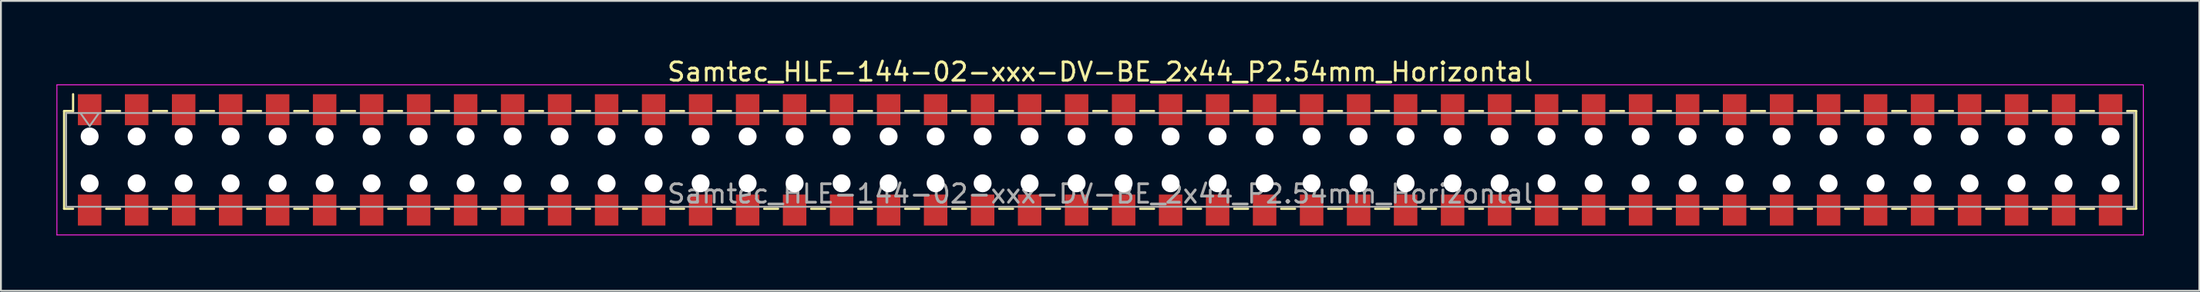
<source format=kicad_pcb>
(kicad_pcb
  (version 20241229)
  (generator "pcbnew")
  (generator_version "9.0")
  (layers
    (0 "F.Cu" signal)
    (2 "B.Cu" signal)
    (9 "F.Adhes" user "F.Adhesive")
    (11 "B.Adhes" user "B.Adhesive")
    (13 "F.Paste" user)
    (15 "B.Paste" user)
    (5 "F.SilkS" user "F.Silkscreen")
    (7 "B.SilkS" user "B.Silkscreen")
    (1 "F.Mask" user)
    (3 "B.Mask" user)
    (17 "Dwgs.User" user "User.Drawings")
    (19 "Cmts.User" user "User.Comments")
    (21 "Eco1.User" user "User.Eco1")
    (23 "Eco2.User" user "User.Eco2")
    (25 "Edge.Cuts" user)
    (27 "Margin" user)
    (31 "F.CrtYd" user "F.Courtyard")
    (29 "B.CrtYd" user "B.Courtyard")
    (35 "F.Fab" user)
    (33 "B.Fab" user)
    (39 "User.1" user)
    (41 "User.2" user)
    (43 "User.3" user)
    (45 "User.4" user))
  (footprint "Samtec_HLE-144-02-xxx-DV-BE_2x44_P2.54mm_Horizontal"
    (layer "F.Cu")
    (at 56.405 5.618)
    (property "Reference" "Samtec_HLE-144-02-xxx-DV-BE_2x44_P2.54mm_Horizontal" (at 0 -4.77 0) (layer "F.SilkS") (effects (font (size 1 1) (thickness 0.15))))
    (attr smd)
    (fp_line (start -55.99 -2.65) (end -55.99 2.65) (stroke (width 0.12) (type solid)) (layer "F.SilkS"))
    (fp_line (start -55.99 2.65) (end -55.505 2.65) (stroke (width 0.12) (type solid)) (layer "F.SilkS"))
    (fp_line (start -55.505 -3.56) (end -55.505 -2.65) (stroke (width 0.12) (type solid)) (layer "F.SilkS"))
    (fp_line (start -55.505 -2.65) (end -55.99 -2.65) (stroke (width 0.12) (type solid)) (layer "F.SilkS"))
    (fp_line (start -53.715 -2.65) (end -52.965 -2.65) (stroke (width 0.12) (type solid)) (layer "F.SilkS"))
    (fp_line (start -53.715 2.65) (end -52.965 2.65) (stroke (width 0.12) (type solid)) (layer "F.SilkS"))
    (fp_line (start -51.175 -2.65) (end -50.425 -2.65) (stroke (width 0.12) (type solid)) (layer "F.SilkS"))
    (fp_line (start -51.175 2.65) (end -50.425 2.65) (stroke (width 0.12) (type solid)) (layer "F.SilkS"))
    (fp_line (start -48.635 -2.65) (end -47.885 -2.65) (stroke (width 0.12) (type solid)) (layer "F.SilkS"))
    (fp_line (start -48.635 2.65) (end -47.885 2.65) (stroke (width 0.12) (type solid)) (layer "F.SilkS"))
    (fp_line (start -46.095 -2.65) (end -45.345 -2.65) (stroke (width 0.12) (type solid)) (layer "F.SilkS"))
    (fp_line (start -46.095 2.65) (end -45.345 2.65) (stroke (width 0.12) (type solid)) (layer "F.SilkS"))
    (fp_line (start -43.555 -2.65) (end -42.805 -2.65) (stroke (width 0.12) (type solid)) (layer "F.SilkS"))
    (fp_line (start -43.555 2.65) (end -42.805 2.65) (stroke (width 0.12) (type solid)) (layer "F.SilkS"))
    (fp_line (start -41.015 -2.65) (end -40.265 -2.65) (stroke (width 0.12) (type solid)) (layer "F.SilkS"))
    (fp_line (start -41.015 2.65) (end -40.265 2.65) (stroke (width 0.12) (type solid)) (layer "F.SilkS"))
    (fp_line (start -38.475 -2.65) (end -37.725 -2.65) (stroke (width 0.12) (type solid)) (layer "F.SilkS"))
    (fp_line (start -38.475 2.65) (end -37.725 2.65) (stroke (width 0.12) (type solid)) (layer "F.SilkS"))
    (fp_line (start -35.935 -2.65) (end -35.185 -2.65) (stroke (width 0.12) (type solid)) (layer "F.SilkS"))
    (fp_line (start -35.935 2.65) (end -35.185 2.65) (stroke (width 0.12) (type solid)) (layer "F.SilkS"))
    (fp_line (start -33.395 -2.65) (end -32.645 -2.65) (stroke (width 0.12) (type solid)) (layer "F.SilkS"))
    (fp_line (start -33.395 2.65) (end -32.645 2.65) (stroke (width 0.12) (type solid)) (layer "F.SilkS"))
    (fp_line (start -30.855 -2.65) (end -30.105 -2.65) (stroke (width 0.12) (type solid)) (layer "F.SilkS"))
    (fp_line (start -30.855 2.65) (end -30.105 2.65) (stroke (width 0.12) (type solid)) (layer "F.SilkS"))
    (fp_line (start -28.315 -2.65) (end -27.565 -2.65) (stroke (width 0.12) (type solid)) (layer "F.SilkS"))
    (fp_line (start -28.315 2.65) (end -27.565 2.65) (stroke (width 0.12) (type solid)) (layer "F.SilkS"))
    (fp_line (start -25.775 -2.65) (end -25.025 -2.65) (stroke (width 0.12) (type solid)) (layer "F.SilkS"))
    (fp_line (start -25.775 2.65) (end -25.025 2.65) (stroke (width 0.12) (type solid)) (layer "F.SilkS"))
    (fp_line (start -23.235 -2.65) (end -22.485 -2.65) (stroke (width 0.12) (type solid)) (layer "F.SilkS"))
    (fp_line (start -23.235 2.65) (end -22.485 2.65) (stroke (width 0.12) (type solid)) (layer "F.SilkS"))
    (fp_line (start -20.695 -2.65) (end -19.945 -2.65) (stroke (width 0.12) (type solid)) (layer "F.SilkS"))
    (fp_line (start -20.695 2.65) (end -19.945 2.65) (stroke (width 0.12) (type solid)) (layer "F.SilkS"))
    (fp_line (start -18.155 -2.65) (end -17.405 -2.65) (stroke (width 0.12) (type solid)) (layer "F.SilkS"))
    (fp_line (start -18.155 2.65) (end -17.405 2.65) (stroke (width 0.12) (type solid)) (layer "F.SilkS"))
    (fp_line (start -15.615 -2.65) (end -14.865 -2.65) (stroke (width 0.12) (type solid)) (layer "F.SilkS"))
    (fp_line (start -15.615 2.65) (end -14.865 2.65) (stroke (width 0.12) (type solid)) (layer "F.SilkS"))
    (fp_line (start -13.075 -2.65) (end -12.325 -2.65) (stroke (width 0.12) (type solid)) (layer "F.SilkS"))
    (fp_line (start -13.075 2.65) (end -12.325 2.65) (stroke (width 0.12) (type solid)) (layer "F.SilkS"))
    (fp_line (start -10.535 -2.65) (end -9.785 -2.65) (stroke (width 0.12) (type solid)) (layer "F.SilkS"))
    (fp_line (start -10.535 2.65) (end -9.785 2.65) (stroke (width 0.12) (type solid)) (layer "F.SilkS"))
    (fp_line (start -7.995 -2.65) (end -7.245 -2.65) (stroke (width 0.12) (type solid)) (layer "F.SilkS"))
    (fp_line (start -7.995 2.65) (end -7.245 2.65) (stroke (width 0.12) (type solid)) (layer "F.SilkS"))
    (fp_line (start -5.455 -2.65) (end -4.705 -2.65) (stroke (width 0.12) (type solid)) (layer "F.SilkS"))
    (fp_line (start -5.455 2.65) (end -4.705 2.65) (stroke (width 0.12) (type solid)) (layer "F.SilkS"))
    (fp_line (start -2.915 -2.65) (end -2.165 -2.65) (stroke (width 0.12) (type solid)) (layer "F.SilkS"))
    (fp_line (start -2.915 2.65) (end -2.165 2.65) (stroke (width 0.12) (type solid)) (layer "F.SilkS"))
    (fp_line (start -0.375 -2.65) (end 0.375 -2.65) (stroke (width 0.12) (type solid)) (layer "F.SilkS"))
    (fp_line (start -0.375 2.65) (end 0.375 2.65) (stroke (width 0.12) (type solid)) (layer "F.SilkS"))
    (fp_line (start 2.165 -2.65) (end 2.915 -2.65) (stroke (width 0.12) (type solid)) (layer "F.SilkS"))
    (fp_line (start 2.165 2.65) (end 2.915 2.65) (stroke (width 0.12) (type solid)) (layer "F.SilkS"))
    (fp_line (start 4.705 -2.65) (end 5.455 -2.65) (stroke (width 0.12) (type solid)) (layer "F.SilkS"))
    (fp_line (start 4.705 2.65) (end 5.455 2.65) (stroke (width 0.12) (type solid)) (layer "F.SilkS"))
    (fp_line (start 7.245 -2.65) (end 7.995 -2.65) (stroke (width 0.12) (type solid)) (layer "F.SilkS"))
    (fp_line (start 7.245 2.65) (end 7.995 2.65) (stroke (width 0.12) (type solid)) (layer "F.SilkS"))
    (fp_line (start 9.785 -2.65) (end 10.535 -2.65) (stroke (width 0.12) (type solid)) (layer "F.SilkS"))
    (fp_line (start 9.785 2.65) (end 10.535 2.65) (stroke (width 0.12) (type solid)) (layer "F.SilkS"))
    (fp_line (start 12.325 -2.65) (end 13.075 -2.65) (stroke (width 0.12) (type solid)) (layer "F.SilkS"))
    (fp_line (start 12.325 2.65) (end 13.075 2.65) (stroke (width 0.12) (type solid)) (layer "F.SilkS"))
    (fp_line (start 14.865 -2.65) (end 15.615 -2.65) (stroke (width 0.12) (type solid)) (layer "F.SilkS"))
    (fp_line (start 14.865 2.65) (end 15.615 2.65) (stroke (width 0.12) (type solid)) (layer "F.SilkS"))
    (fp_line (start 17.405 -2.65) (end 18.155 -2.65) (stroke (width 0.12) (type solid)) (layer "F.SilkS"))
    (fp_line (start 17.405 2.65) (end 18.155 2.65) (stroke (width 0.12) (type solid)) (layer "F.SilkS"))
    (fp_line (start 19.945 -2.65) (end 20.695 -2.65) (stroke (width 0.12) (type solid)) (layer "F.SilkS"))
    (fp_line (start 19.945 2.65) (end 20.695 2.65) (stroke (width 0.12) (type solid)) (layer "F.SilkS"))
    (fp_line (start 22.485 -2.65) (end 23.235 -2.65) (stroke (width 0.12) (type solid)) (layer "F.SilkS"))
    (fp_line (start 22.485 2.65) (end 23.235 2.65) (stroke (width 0.12) (type solid)) (layer "F.SilkS"))
    (fp_line (start 25.025 -2.65) (end 25.775 -2.65) (stroke (width 0.12) (type solid)) (layer "F.SilkS"))
    (fp_line (start 25.025 2.65) (end 25.775 2.65) (stroke (width 0.12) (type solid)) (layer "F.SilkS"))
    (fp_line (start 27.565 -2.65) (end 28.315 -2.65) (stroke (width 0.12) (type solid)) (layer "F.SilkS"))
    (fp_line (start 27.565 2.65) (end 28.315 2.65) (stroke (width 0.12) (type solid)) (layer "F.SilkS"))
    (fp_line (start 30.105 -2.65) (end 30.855 -2.65) (stroke (width 0.12) (type solid)) (layer "F.SilkS"))
    (fp_line (start 30.105 2.65) (end 30.855 2.65) (stroke (width 0.12) (type solid)) (layer "F.SilkS"))
    (fp_line (start 32.645 -2.65) (end 33.395 -2.65) (stroke (width 0.12) (type solid)) (layer "F.SilkS"))
    (fp_line (start 32.645 2.65) (end 33.395 2.65) (stroke (width 0.12) (type solid)) (layer "F.SilkS"))
    (fp_line (start 35.185 -2.65) (end 35.935 -2.65) (stroke (width 0.12) (type solid)) (layer "F.SilkS"))
    (fp_line (start 35.185 2.65) (end 35.935 2.65) (stroke (width 0.12) (type solid)) (layer "F.SilkS"))
    (fp_line (start 37.725 -2.65) (end 38.475 -2.65) (stroke (width 0.12) (type solid)) (layer "F.SilkS"))
    (fp_line (start 37.725 2.65) (end 38.475 2.65) (stroke (width 0.12) (type solid)) (layer "F.SilkS"))
    (fp_line (start 40.265 -2.65) (end 41.015 -2.65) (stroke (width 0.12) (type solid)) (layer "F.SilkS"))
    (fp_line (start 40.265 2.65) (end 41.015 2.65) (stroke (width 0.12) (type solid)) (layer "F.SilkS"))
    (fp_line (start 42.805 -2.65) (end 43.555 -2.65) (stroke (width 0.12) (type solid)) (layer "F.SilkS"))
    (fp_line (start 42.805 2.65) (end 43.555 2.65) (stroke (width 0.12) (type solid)) (layer "F.SilkS"))
    (fp_line (start 45.345 -2.65) (end 46.095 -2.65) (stroke (width 0.12) (type solid)) (layer "F.SilkS"))
    (fp_line (start 45.345 2.65) (end 46.095 2.65) (stroke (width 0.12) (type solid)) (layer "F.SilkS"))
    (fp_line (start 47.885 -2.65) (end 48.635 -2.65) (stroke (width 0.12) (type solid)) (layer "F.SilkS"))
    (fp_line (start 47.885 2.65) (end 48.635 2.65) (stroke (width 0.12) (type solid)) (layer "F.SilkS"))
    (fp_line (start 50.425 -2.65) (end 51.175 -2.65) (stroke (width 0.12) (type solid)) (layer "F.SilkS"))
    (fp_line (start 50.425 2.65) (end 51.175 2.65) (stroke (width 0.12) (type solid)) (layer "F.SilkS"))
    (fp_line (start 52.965 -2.65) (end 53.715 -2.65) (stroke (width 0.12) (type solid)) (layer "F.SilkS"))
    (fp_line (start 52.965 2.65) (end 53.715 2.65) (stroke (width 0.12) (type solid)) (layer "F.SilkS"))
    (fp_line (start 55.505 -2.65) (end 55.99 -2.65) (stroke (width 0.12) (type solid)) (layer "F.SilkS"))
    (fp_line (start 55.99 -2.65) (end 55.99 2.65) (stroke (width 0.12) (type solid)) (layer "F.SilkS"))
    (fp_line (start 55.99 2.65) (end 55.505 2.65) (stroke (width 0.12) (type solid)) (layer "F.SilkS"))
    (fp_line (start -56.38 -4.07) (end 56.38 -4.07) (stroke (width 0.05) (type solid)) (layer "F.CrtYd"))
    (fp_line (start -56.38 4.07) (end -56.38 -4.07) (stroke (width 0.05) (type solid)) (layer "F.CrtYd"))
    (fp_line (start 56.38 -4.07) (end 56.38 4.07) (stroke (width 0.05) (type solid)) (layer "F.CrtYd"))
    (fp_line (start 56.38 4.07) (end -56.38 4.07) (stroke (width 0.05) (type solid)) (layer "F.CrtYd"))
    (fp_line (start -55.88 -2.54) (end 55.88 -2.54) (stroke (width 0.1) (type solid)) (layer "F.Fab"))
    (fp_line (start -55.88 2.54) (end -55.88 -2.54) (stroke (width 0.1) (type solid)) (layer "F.Fab"))
    (fp_line (start -55.11 -2.54) (end -54.61 -1.833) (stroke (width 0.1) (type solid)) (layer "F.Fab"))
    (fp_line (start -54.61 -1.833) (end -54.11 -2.54) (stroke (width 0.1) (type solid)) (layer "F.Fab"))
    (fp_line (start 55.88 -2.54) (end 55.88 2.54) (stroke (width 0.1) (type solid)) (layer "F.Fab"))
    (fp_line (start 55.88 2.54) (end -55.88 2.54) (stroke (width 0.1) (type solid)) (layer "F.Fab"))
    (fp_text user "${REFERENCE}" (at 0 1.84 0) (layer "F.Fab") (effects (font (size 1 1) (thickness 0.15))))
    (pad "" np_thru_hole circle (at -54.61 -1.27) (size 0.97 0.97) (drill 0.97) (layers "*.Cu" "*.Mask"))
    (pad "" np_thru_hole circle (at -54.61 1.27) (size 0.97 0.97) (drill 0.97) (layers "*.Cu" "*.Mask"))
    (pad "" np_thru_hole circle (at -52.07 -1.27) (size 0.97 0.97) (drill 0.97) (layers "*.Cu" "*.Mask"))
    (pad "" np_thru_hole circle (at -52.07 1.27) (size 0.97 0.97) (drill 0.97) (layers "*.Cu" "*.Mask"))
    (pad "" np_thru_hole circle (at -49.53 -1.27) (size 0.97 0.97) (drill 0.97) (layers "*.Cu" "*.Mask"))
    (pad "" np_thru_hole circle (at -49.53 1.27) (size 0.97 0.97) (drill 0.97) (layers "*.Cu" "*.Mask"))
    (pad "" np_thru_hole circle (at -46.99 -1.27) (size 0.97 0.97) (drill 0.97) (layers "*.Cu" "*.Mask"))
    (pad "" np_thru_hole circle (at -46.99 1.27) (size 0.97 0.97) (drill 0.97) (layers "*.Cu" "*.Mask"))
    (pad "" np_thru_hole circle (at -44.45 -1.27) (size 0.97 0.97) (drill 0.97) (layers "*.Cu" "*.Mask"))
    (pad "" np_thru_hole circle (at -44.45 1.27) (size 0.97 0.97) (drill 0.97) (layers "*.Cu" "*.Mask"))
    (pad "" np_thru_hole circle (at -41.91 -1.27) (size 0.97 0.97) (drill 0.97) (layers "*.Cu" "*.Mask"))
    (pad "" np_thru_hole circle (at -41.91 1.27) (size 0.97 0.97) (drill 0.97) (layers "*.Cu" "*.Mask"))
    (pad "" np_thru_hole circle (at -39.37 -1.27) (size 0.97 0.97) (drill 0.97) (layers "*.Cu" "*.Mask"))
    (pad "" np_thru_hole circle (at -39.37 1.27) (size 0.97 0.97) (drill 0.97) (layers "*.Cu" "*.Mask"))
    (pad "" np_thru_hole circle (at -36.83 -1.27) (size 0.97 0.97) (drill 0.97) (layers "*.Cu" "*.Mask"))
    (pad "" np_thru_hole circle (at -36.83 1.27) (size 0.97 0.97) (drill 0.97) (layers "*.Cu" "*.Mask"))
    (pad "" np_thru_hole circle (at -34.29 -1.27) (size 0.97 0.97) (drill 0.97) (layers "*.Cu" "*.Mask"))
    (pad "" np_thru_hole circle (at -34.29 1.27) (size 0.97 0.97) (drill 0.97) (layers "*.Cu" "*.Mask"))
    (pad "" np_thru_hole circle (at -31.75 -1.27) (size 0.97 0.97) (drill 0.97) (layers "*.Cu" "*.Mask"))
    (pad "" np_thru_hole circle (at -31.75 1.27) (size 0.97 0.97) (drill 0.97) (layers "*.Cu" "*.Mask"))
    (pad "" np_thru_hole circle (at -29.21 -1.27) (size 0.97 0.97) (drill 0.97) (layers "*.Cu" "*.Mask"))
    (pad "" np_thru_hole circle (at -29.21 1.27) (size 0.97 0.97) (drill 0.97) (layers "*.Cu" "*.Mask"))
    (pad "" np_thru_hole circle (at -26.67 -1.27) (size 0.97 0.97) (drill 0.97) (layers "*.Cu" "*.Mask"))
    (pad "" np_thru_hole circle (at -26.67 1.27) (size 0.97 0.97) (drill 0.97) (layers "*.Cu" "*.Mask"))
    (pad "" np_thru_hole circle (at -24.13 -1.27) (size 0.97 0.97) (drill 0.97) (layers "*.Cu" "*.Mask"))
    (pad "" np_thru_hole circle (at -24.13 1.27) (size 0.97 0.97) (drill 0.97) (layers "*.Cu" "*.Mask"))
    (pad "" np_thru_hole circle (at -21.59 -1.27) (size 0.97 0.97) (drill 0.97) (layers "*.Cu" "*.Mask"))
    (pad "" np_thru_hole circle (at -21.59 1.27) (size 0.97 0.97) (drill 0.97) (layers "*.Cu" "*.Mask"))
    (pad "" np_thru_hole circle (at -19.05 -1.27) (size 0.97 0.97) (drill 0.97) (layers "*.Cu" "*.Mask"))
    (pad "" np_thru_hole circle (at -19.05 1.27) (size 0.97 0.97) (drill 0.97) (layers "*.Cu" "*.Mask"))
    (pad "" np_thru_hole circle (at -16.51 -1.27) (size 0.97 0.97) (drill 0.97) (layers "*.Cu" "*.Mask"))
    (pad "" np_thru_hole circle (at -16.51 1.27) (size 0.97 0.97) (drill 0.97) (layers "*.Cu" "*.Mask"))
    (pad "" np_thru_hole circle (at -13.97 -1.27) (size 0.97 0.97) (drill 0.97) (layers "*.Cu" "*.Mask"))
    (pad "" np_thru_hole circle (at -13.97 1.27) (size 0.97 0.97) (drill 0.97) (layers "*.Cu" "*.Mask"))
    (pad "" np_thru_hole circle (at -11.43 -1.27) (size 0.97 0.97) (drill 0.97) (layers "*.Cu" "*.Mask"))
    (pad "" np_thru_hole circle (at -11.43 1.27) (size 0.97 0.97) (drill 0.97) (layers "*.Cu" "*.Mask"))
    (pad "" np_thru_hole circle (at -8.89 -1.27) (size 0.97 0.97) (drill 0.97) (layers "*.Cu" "*.Mask"))
    (pad "" np_thru_hole circle (at -8.89 1.27) (size 0.97 0.97) (drill 0.97) (layers "*.Cu" "*.Mask"))
    (pad "" np_thru_hole circle (at -6.35 -1.27) (size 0.97 0.97) (drill 0.97) (layers "*.Cu" "*.Mask"))
    (pad "" np_thru_hole circle (at -6.35 1.27) (size 0.97 0.97) (drill 0.97) (layers "*.Cu" "*.Mask"))
    (pad "" np_thru_hole circle (at -3.81 -1.27) (size 0.97 0.97) (drill 0.97) (layers "*.Cu" "*.Mask"))
    (pad "" np_thru_hole circle (at -3.81 1.27) (size 0.97 0.97) (drill 0.97) (layers "*.Cu" "*.Mask"))
    (pad "" np_thru_hole circle (at -1.27 -1.27) (size 0.97 0.97) (drill 0.97) (layers "*.Cu" "*.Mask"))
    (pad "" np_thru_hole circle (at -1.27 1.27) (size 0.97 0.97) (drill 0.97) (layers "*.Cu" "*.Mask"))
    (pad "" np_thru_hole circle (at 1.27 -1.27) (size 0.97 0.97) (drill 0.97) (layers "*.Cu" "*.Mask"))
    (pad "" np_thru_hole circle (at 1.27 1.27) (size 0.97 0.97) (drill 0.97) (layers "*.Cu" "*.Mask"))
    (pad "" np_thru_hole circle (at 3.81 -1.27) (size 0.97 0.97) (drill 0.97) (layers "*.Cu" "*.Mask"))
    (pad "" np_thru_hole circle (at 3.81 1.27) (size 0.97 0.97) (drill 0.97) (layers "*.Cu" "*.Mask"))
    (pad "" np_thru_hole circle (at 6.35 -1.27) (size 0.97 0.97) (drill 0.97) (layers "*.Cu" "*.Mask"))
    (pad "" np_thru_hole circle (at 6.35 1.27) (size 0.97 0.97) (drill 0.97) (layers "*.Cu" "*.Mask"))
    (pad "" np_thru_hole circle (at 8.89 -1.27) (size 0.97 0.97) (drill 0.97) (layers "*.Cu" "*.Mask"))
    (pad "" np_thru_hole circle (at 8.89 1.27) (size 0.97 0.97) (drill 0.97) (layers "*.Cu" "*.Mask"))
    (pad "" np_thru_hole circle (at 11.43 -1.27) (size 0.97 0.97) (drill 0.97) (layers "*.Cu" "*.Mask"))
    (pad "" np_thru_hole circle (at 11.43 1.27) (size 0.97 0.97) (drill 0.97) (layers "*.Cu" "*.Mask"))
    (pad "" np_thru_hole circle (at 13.97 -1.27) (size 0.97 0.97) (drill 0.97) (layers "*.Cu" "*.Mask"))
    (pad "" np_thru_hole circle (at 13.97 1.27) (size 0.97 0.97) (drill 0.97) (layers "*.Cu" "*.Mask"))
    (pad "" np_thru_hole circle (at 16.51 -1.27) (size 0.97 0.97) (drill 0.97) (layers "*.Cu" "*.Mask"))
    (pad "" np_thru_hole circle (at 16.51 1.27) (size 0.97 0.97) (drill 0.97) (layers "*.Cu" "*.Mask"))
    (pad "" np_thru_hole circle (at 19.05 -1.27) (size 0.97 0.97) (drill 0.97) (layers "*.Cu" "*.Mask"))
    (pad "" np_thru_hole circle (at 19.05 1.27) (size 0.97 0.97) (drill 0.97) (layers "*.Cu" "*.Mask"))
    (pad "" np_thru_hole circle (at 21.59 -1.27) (size 0.97 0.97) (drill 0.97) (layers "*.Cu" "*.Mask"))
    (pad "" np_thru_hole circle (at 21.59 1.27) (size 0.97 0.97) (drill 0.97) (layers "*.Cu" "*.Mask"))
    (pad "" np_thru_hole circle (at 24.13 -1.27) (size 0.97 0.97) (drill 0.97) (layers "*.Cu" "*.Mask"))
    (pad "" np_thru_hole circle (at 24.13 1.27) (size 0.97 0.97) (drill 0.97) (layers "*.Cu" "*.Mask"))
    (pad "" np_thru_hole circle (at 26.67 -1.27) (size 0.97 0.97) (drill 0.97) (layers "*.Cu" "*.Mask"))
    (pad "" np_thru_hole circle (at 26.67 1.27) (size 0.97 0.97) (drill 0.97) (layers "*.Cu" "*.Mask"))
    (pad "" np_thru_hole circle (at 29.21 -1.27) (size 0.97 0.97) (drill 0.97) (layers "*.Cu" "*.Mask"))
    (pad "" np_thru_hole circle (at 29.21 1.27) (size 0.97 0.97) (drill 0.97) (layers "*.Cu" "*.Mask"))
    (pad "" np_thru_hole circle (at 31.75 -1.27) (size 0.97 0.97) (drill 0.97) (layers "*.Cu" "*.Mask"))
    (pad "" np_thru_hole circle (at 31.75 1.27) (size 0.97 0.97) (drill 0.97) (layers "*.Cu" "*.Mask"))
    (pad "" np_thru_hole circle (at 34.29 -1.27) (size 0.97 0.97) (drill 0.97) (layers "*.Cu" "*.Mask"))
    (pad "" np_thru_hole circle (at 34.29 1.27) (size 0.97 0.97) (drill 0.97) (layers "*.Cu" "*.Mask"))
    (pad "" np_thru_hole circle (at 36.83 -1.27) (size 0.97 0.97) (drill 0.97) (layers "*.Cu" "*.Mask"))
    (pad "" np_thru_hole circle (at 36.83 1.27) (size 0.97 0.97) (drill 0.97) (layers "*.Cu" "*.Mask"))
    (pad "" np_thru_hole circle (at 39.37 -1.27) (size 0.97 0.97) (drill 0.97) (layers "*.Cu" "*.Mask"))
    (pad "" np_thru_hole circle (at 39.37 1.27) (size 0.97 0.97) (drill 0.97) (layers "*.Cu" "*.Mask"))
    (pad "" np_thru_hole circle (at 41.91 -1.27) (size 0.97 0.97) (drill 0.97) (layers "*.Cu" "*.Mask"))
    (pad "" np_thru_hole circle (at 41.91 1.27) (size 0.97 0.97) (drill 0.97) (layers "*.Cu" "*.Mask"))
    (pad "" np_thru_hole circle (at 44.45 -1.27) (size 0.97 0.97) (drill 0.97) (layers "*.Cu" "*.Mask"))
    (pad "" np_thru_hole circle (at 44.45 1.27) (size 0.97 0.97) (drill 0.97) (layers "*.Cu" "*.Mask"))
    (pad "" np_thru_hole circle (at 46.99 -1.27) (size 0.97 0.97) (drill 0.97) (layers "*.Cu" "*.Mask"))
    (pad "" np_thru_hole circle (at 46.99 1.27) (size 0.97 0.97) (drill 0.97) (layers "*.Cu" "*.Mask"))
    (pad "" np_thru_hole circle (at 49.53 -1.27) (size 0.97 0.97) (drill 0.97) (layers "*.Cu" "*.Mask"))
    (pad "" np_thru_hole circle (at 49.53 1.27) (size 0.97 0.97) (drill 0.97) (layers "*.Cu" "*.Mask"))
    (pad "" np_thru_hole circle (at 52.07 -1.27) (size 0.97 0.97) (drill 0.97) (layers "*.Cu" "*.Mask"))
    (pad "" np_thru_hole circle (at 52.07 1.27) (size 0.97 0.97) (drill 0.97) (layers "*.Cu" "*.Mask"))
    (pad "" np_thru_hole circle (at 54.61 -1.27) (size 0.97 0.97) (drill 0.97) (layers "*.Cu" "*.Mask"))
    (pad "" np_thru_hole circle (at 54.61 1.27) (size 0.97 0.97) (drill 0.97) (layers "*.Cu" "*.Mask"))
    (pad "1" smd rect (at -54.61 -2.72) (size 1.27 1.68) (layers "F.Cu" "F.Mask" "F.Paste"))
    (pad "2" smd rect (at -54.61 2.72) (size 1.27 1.68) (layers "F.Cu" "F.Mask" "F.Paste"))
    (pad "3" smd rect (at -52.07 -2.72) (size 1.27 1.68) (layers "F.Cu" "F.Mask" "F.Paste"))
    (pad "4" smd rect (at -52.07 2.72) (size 1.27 1.68) (layers "F.Cu" "F.Mask" "F.Paste"))
    (pad "5" smd rect (at -49.53 -2.72) (size 1.27 1.68) (layers "F.Cu" "F.Mask" "F.Paste"))
    (pad "6" smd rect (at -49.53 2.72) (size 1.27 1.68) (layers "F.Cu" "F.Mask" "F.Paste"))
    (pad "7" smd rect (at -46.99 -2.72) (size 1.27 1.68) (layers "F.Cu" "F.Mask" "F.Paste"))
    (pad "8" smd rect (at -46.99 2.72) (size 1.27 1.68) (layers "F.Cu" "F.Mask" "F.Paste"))
    (pad "9" smd rect (at -44.45 -2.72) (size 1.27 1.68) (layers "F.Cu" "F.Mask" "F.Paste"))
    (pad "10" smd rect (at -44.45 2.72) (size 1.27 1.68) (layers "F.Cu" "F.Mask" "F.Paste"))
    (pad "11" smd rect (at -41.91 -2.72) (size 1.27 1.68) (layers "F.Cu" "F.Mask" "F.Paste"))
    (pad "12" smd rect (at -41.91 2.72) (size 1.27 1.68) (layers "F.Cu" "F.Mask" "F.Paste"))
    (pad "13" smd rect (at -39.37 -2.72) (size 1.27 1.68) (layers "F.Cu" "F.Mask" "F.Paste"))
    (pad "14" smd rect (at -39.37 2.72) (size 1.27 1.68) (layers "F.Cu" "F.Mask" "F.Paste"))
    (pad "15" smd rect (at -36.83 -2.72) (size 1.27 1.68) (layers "F.Cu" "F.Mask" "F.Paste"))
    (pad "16" smd rect (at -36.83 2.72) (size 1.27 1.68) (layers "F.Cu" "F.Mask" "F.Paste"))
    (pad "17" smd rect (at -34.29 -2.72) (size 1.27 1.68) (layers "F.Cu" "F.Mask" "F.Paste"))
    (pad "18" smd rect (at -34.29 2.72) (size 1.27 1.68) (layers "F.Cu" "F.Mask" "F.Paste"))
    (pad "19" smd rect (at -31.75 -2.72) (size 1.27 1.68) (layers "F.Cu" "F.Mask" "F.Paste"))
    (pad "20" smd rect (at -31.75 2.72) (size 1.27 1.68) (layers "F.Cu" "F.Mask" "F.Paste"))
    (pad "21" smd rect (at -29.21 -2.72) (size 1.27 1.68) (layers "F.Cu" "F.Mask" "F.Paste"))
    (pad "22" smd rect (at -29.21 2.72) (size 1.27 1.68) (layers "F.Cu" "F.Mask" "F.Paste"))
    (pad "23" smd rect (at -26.67 -2.72) (size 1.27 1.68) (layers "F.Cu" "F.Mask" "F.Paste"))
    (pad "24" smd rect (at -26.67 2.72) (size 1.27 1.68) (layers "F.Cu" "F.Mask" "F.Paste"))
    (pad "25" smd rect (at -24.13 -2.72) (size 1.27 1.68) (layers "F.Cu" "F.Mask" "F.Paste"))
    (pad "26" smd rect (at -24.13 2.72) (size 1.27 1.68) (layers "F.Cu" "F.Mask" "F.Paste"))
    (pad "27" smd rect (at -21.59 -2.72) (size 1.27 1.68) (layers "F.Cu" "F.Mask" "F.Paste"))
    (pad "28" smd rect (at -21.59 2.72) (size 1.27 1.68) (layers "F.Cu" "F.Mask" "F.Paste"))
    (pad "29" smd rect (at -19.05 -2.72) (size 1.27 1.68) (layers "F.Cu" "F.Mask" "F.Paste"))
    (pad "30" smd rect (at -19.05 2.72) (size 1.27 1.68) (layers "F.Cu" "F.Mask" "F.Paste"))
    (pad "31" smd rect (at -16.51 -2.72) (size 1.27 1.68) (layers "F.Cu" "F.Mask" "F.Paste"))
    (pad "32" smd rect (at -16.51 2.72) (size 1.27 1.68) (layers "F.Cu" "F.Mask" "F.Paste"))
    (pad "33" smd rect (at -13.97 -2.72) (size 1.27 1.68) (layers "F.Cu" "F.Mask" "F.Paste"))
    (pad "34" smd rect (at -13.97 2.72) (size 1.27 1.68) (layers "F.Cu" "F.Mask" "F.Paste"))
    (pad "35" smd rect (at -11.43 -2.72) (size 1.27 1.68) (layers "F.Cu" "F.Mask" "F.Paste"))
    (pad "36" smd rect (at -11.43 2.72) (size 1.27 1.68) (layers "F.Cu" "F.Mask" "F.Paste"))
    (pad "37" smd rect (at -8.89 -2.72) (size 1.27 1.68) (layers "F.Cu" "F.Mask" "F.Paste"))
    (pad "38" smd rect (at -8.89 2.72) (size 1.27 1.68) (layers "F.Cu" "F.Mask" "F.Paste"))
    (pad "39" smd rect (at -6.35 -2.72) (size 1.27 1.68) (layers "F.Cu" "F.Mask" "F.Paste"))
    (pad "40" smd rect (at -6.35 2.72) (size 1.27 1.68) (layers "F.Cu" "F.Mask" "F.Paste"))
    (pad "41" smd rect (at -3.81 -2.72) (size 1.27 1.68) (layers "F.Cu" "F.Mask" "F.Paste"))
    (pad "42" smd rect (at -3.81 2.72) (size 1.27 1.68) (layers "F.Cu" "F.Mask" "F.Paste"))
    (pad "43" smd rect (at -1.27 -2.72) (size 1.27 1.68) (layers "F.Cu" "F.Mask" "F.Paste"))
    (pad "44" smd rect (at -1.27 2.72) (size 1.27 1.68) (layers "F.Cu" "F.Mask" "F.Paste"))
    (pad "45" smd rect (at 1.27 -2.72) (size 1.27 1.68) (layers "F.Cu" "F.Mask" "F.Paste"))
    (pad "46" smd rect (at 1.27 2.72) (size 1.27 1.68) (layers "F.Cu" "F.Mask" "F.Paste"))
    (pad "47" smd rect (at 3.81 -2.72) (size 1.27 1.68) (layers "F.Cu" "F.Mask" "F.Paste"))
    (pad "48" smd rect (at 3.81 2.72) (size 1.27 1.68) (layers "F.Cu" "F.Mask" "F.Paste"))
    (pad "49" smd rect (at 6.35 -2.72) (size 1.27 1.68) (layers "F.Cu" "F.Mask" "F.Paste"))
    (pad "50" smd rect (at 6.35 2.72) (size 1.27 1.68) (layers "F.Cu" "F.Mask" "F.Paste"))
    (pad "51" smd rect (at 8.89 -2.72) (size 1.27 1.68) (layers "F.Cu" "F.Mask" "F.Paste"))
    (pad "52" smd rect (at 8.89 2.72) (size 1.27 1.68) (layers "F.Cu" "F.Mask" "F.Paste"))
    (pad "53" smd rect (at 11.43 -2.72) (size 1.27 1.68) (layers "F.Cu" "F.Mask" "F.Paste"))
    (pad "54" smd rect (at 11.43 2.72) (size 1.27 1.68) (layers "F.Cu" "F.Mask" "F.Paste"))
    (pad "55" smd rect (at 13.97 -2.72) (size 1.27 1.68) (layers "F.Cu" "F.Mask" "F.Paste"))
    (pad "56" smd rect (at 13.97 2.72) (size 1.27 1.68) (layers "F.Cu" "F.Mask" "F.Paste"))
    (pad "57" smd rect (at 16.51 -2.72) (size 1.27 1.68) (layers "F.Cu" "F.Mask" "F.Paste"))
    (pad "58" smd rect (at 16.51 2.72) (size 1.27 1.68) (layers "F.Cu" "F.Mask" "F.Paste"))
    (pad "59" smd rect (at 19.05 -2.72) (size 1.27 1.68) (layers "F.Cu" "F.Mask" "F.Paste"))
    (pad "60" smd rect (at 19.05 2.72) (size 1.27 1.68) (layers "F.Cu" "F.Mask" "F.Paste"))
    (pad "61" smd rect (at 21.59 -2.72) (size 1.27 1.68) (layers "F.Cu" "F.Mask" "F.Paste"))
    (pad "62" smd rect (at 21.59 2.72) (size 1.27 1.68) (layers "F.Cu" "F.Mask" "F.Paste"))
    (pad "63" smd rect (at 24.13 -2.72) (size 1.27 1.68) (layers "F.Cu" "F.Mask" "F.Paste"))
    (pad "64" smd rect (at 24.13 2.72) (size 1.27 1.68) (layers "F.Cu" "F.Mask" "F.Paste"))
    (pad "65" smd rect (at 26.67 -2.72) (size 1.27 1.68) (layers "F.Cu" "F.Mask" "F.Paste"))
    (pad "66" smd rect (at 26.67 2.72) (size 1.27 1.68) (layers "F.Cu" "F.Mask" "F.Paste"))
    (pad "67" smd rect (at 29.21 -2.72) (size 1.27 1.68) (layers "F.Cu" "F.Mask" "F.Paste"))
    (pad "68" smd rect (at 29.21 2.72) (size 1.27 1.68) (layers "F.Cu" "F.Mask" "F.Paste"))
    (pad "69" smd rect (at 31.75 -2.72) (size 1.27 1.68) (layers "F.Cu" "F.Mask" "F.Paste"))
    (pad "70" smd rect (at 31.75 2.72) (size 1.27 1.68) (layers "F.Cu" "F.Mask" "F.Paste"))
    (pad "71" smd rect (at 34.29 -2.72) (size 1.27 1.68) (layers "F.Cu" "F.Mask" "F.Paste"))
    (pad "72" smd rect (at 34.29 2.72) (size 1.27 1.68) (layers "F.Cu" "F.Mask" "F.Paste"))
    (pad "73" smd rect (at 36.83 -2.72) (size 1.27 1.68) (layers "F.Cu" "F.Mask" "F.Paste"))
    (pad "74" smd rect (at 36.83 2.72) (size 1.27 1.68) (layers "F.Cu" "F.Mask" "F.Paste"))
    (pad "75" smd rect (at 39.37 -2.72) (size 1.27 1.68) (layers "F.Cu" "F.Mask" "F.Paste"))
    (pad "76" smd rect (at 39.37 2.72) (size 1.27 1.68) (layers "F.Cu" "F.Mask" "F.Paste"))
    (pad "77" smd rect (at 41.91 -2.72) (size 1.27 1.68) (layers "F.Cu" "F.Mask" "F.Paste"))
    (pad "78" smd rect (at 41.91 2.72) (size 1.27 1.68) (layers "F.Cu" "F.Mask" "F.Paste"))
    (pad "79" smd rect (at 44.45 -2.72) (size 1.27 1.68) (layers "F.Cu" "F.Mask" "F.Paste"))
    (pad "80" smd rect (at 44.45 2.72) (size 1.27 1.68) (layers "F.Cu" "F.Mask" "F.Paste"))
    (pad "81" smd rect (at 46.99 -2.72) (size 1.27 1.68) (layers "F.Cu" "F.Mask" "F.Paste"))
    (pad "82" smd rect (at 46.99 2.72) (size 1.27 1.68) (layers "F.Cu" "F.Mask" "F.Paste"))
    (pad "83" smd rect (at 49.53 -2.72) (size 1.27 1.68) (layers "F.Cu" "F.Mask" "F.Paste"))
    (pad "84" smd rect (at 49.53 2.72) (size 1.27 1.68) (layers "F.Cu" "F.Mask" "F.Paste"))
    (pad "85" smd rect (at 52.07 -2.72) (size 1.27 1.68) (layers "F.Cu" "F.Mask" "F.Paste"))
    (pad "86" smd rect (at 52.07 2.72) (size 1.27 1.68) (layers "F.Cu" "F.Mask" "F.Paste"))
    (pad "87" smd rect (at 54.61 -2.72) (size 1.27 1.68) (layers "F.Cu" "F.Mask" "F.Paste"))
    (pad "88" smd rect (at 54.61 2.72) (size 1.27 1.68) (layers "F.Cu" "F.Mask" "F.Paste")))
  (gr_rect
    (start -3 -3)
    (end 115.81 12.713)
    (stroke (width 0.1) (type default))
    (fill no)
    (layer "Edge.Cuts")))
</source>
